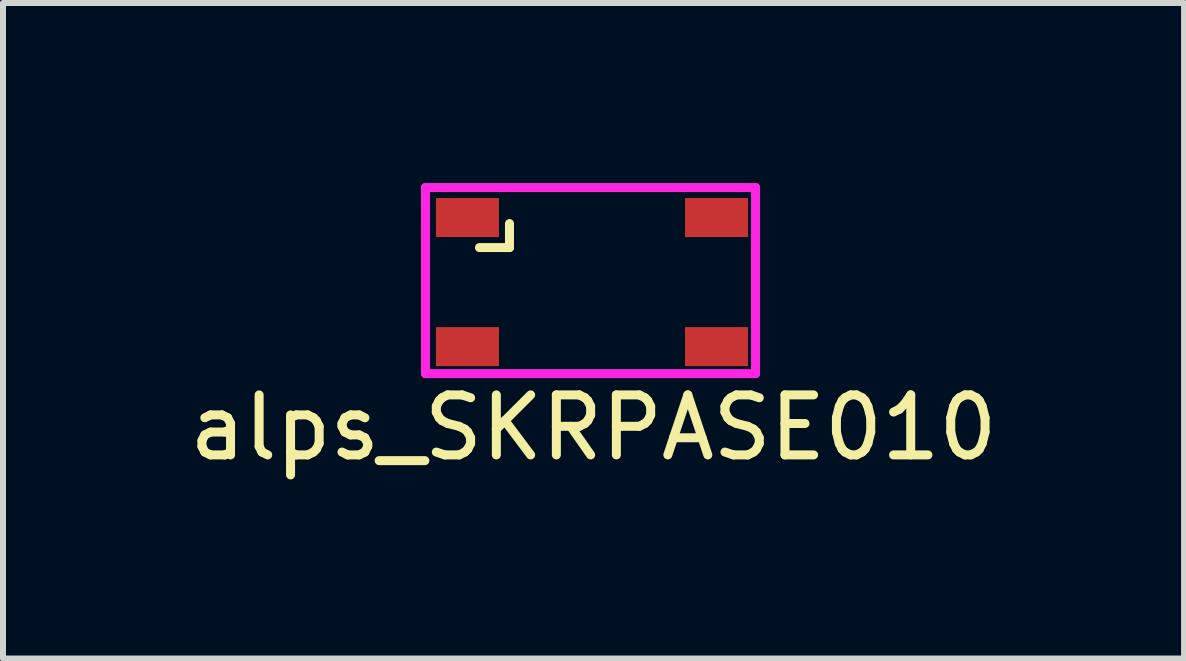
<source format=kicad_pcb>
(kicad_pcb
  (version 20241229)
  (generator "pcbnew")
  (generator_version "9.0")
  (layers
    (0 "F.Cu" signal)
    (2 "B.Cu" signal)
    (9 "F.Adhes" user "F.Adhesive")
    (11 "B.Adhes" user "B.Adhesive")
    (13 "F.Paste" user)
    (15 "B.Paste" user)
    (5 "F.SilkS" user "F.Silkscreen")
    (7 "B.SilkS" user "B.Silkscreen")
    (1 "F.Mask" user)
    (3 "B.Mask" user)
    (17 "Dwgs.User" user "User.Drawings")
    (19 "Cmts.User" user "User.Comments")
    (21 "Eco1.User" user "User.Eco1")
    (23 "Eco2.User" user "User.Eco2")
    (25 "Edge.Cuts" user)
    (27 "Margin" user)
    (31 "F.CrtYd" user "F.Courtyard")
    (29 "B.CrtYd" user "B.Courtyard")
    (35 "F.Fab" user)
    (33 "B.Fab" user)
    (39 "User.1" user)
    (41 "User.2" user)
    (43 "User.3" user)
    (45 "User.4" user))
  (footprint "alps_SKRPASE010"
    (layer "F.Cu")
    (at 4.739 0.575)
    (property "Reference" "alps_SKRPASE010" (at 2.1 3.5 0) (layer "F.SilkS") (effects (font (size 1 1) (thickness 0.15))))
    (attr through_hole)
    (fp_line (start 0.2 0.5) (end 0.7 0.5) (stroke (width 0.15) (type solid)) (layer "F.SilkS"))
    (fp_line (start 0.7 0.5) (end 0.7 0.1) (stroke (width 0.15) (type solid)) (layer "F.SilkS"))
    (fp_line (start -0.7 -0.5) (end -0.7 2.6) (stroke (width 0.15) (type solid)) (layer "F.CrtYd"))
    (fp_line (start -0.7 2.6) (end 4.8 2.6) (stroke (width 0.15) (type solid)) (layer "F.CrtYd"))
    (fp_line (start 4.8 -0.5) (end -0.7 -0.5) (stroke (width 0.15) (type solid)) (layer "F.CrtYd"))
    (fp_line (start 4.8 2.6) (end 4.8 -0.5) (stroke (width 0.15) (type solid)) (layer "F.CrtYd"))
    (pad "1" smd rect (at 0 0) (size 1.05 0.65) (layers "F.Cu" "F.Mask" "F.Paste"))
    (pad "1" smd rect (at 4.15 0) (size 1.05 0.65) (layers "F.Cu" "F.Mask" "F.Paste"))
    (pad "2" smd rect (at 0 2.15) (size 1.05 0.65) (layers "F.Cu" "F.Mask" "F.Paste"))
    (pad "2" smd rect (at 4.15 2.15) (size 1.05 0.65) (layers "F.Cu" "F.Mask" "F.Paste")))
  (gr_rect
    (start -3 -3)
    (end 16.679 7.923)
    (stroke (width 0.1) (type default))
    (fill no)
    (layer "Edge.Cuts")))
</source>
